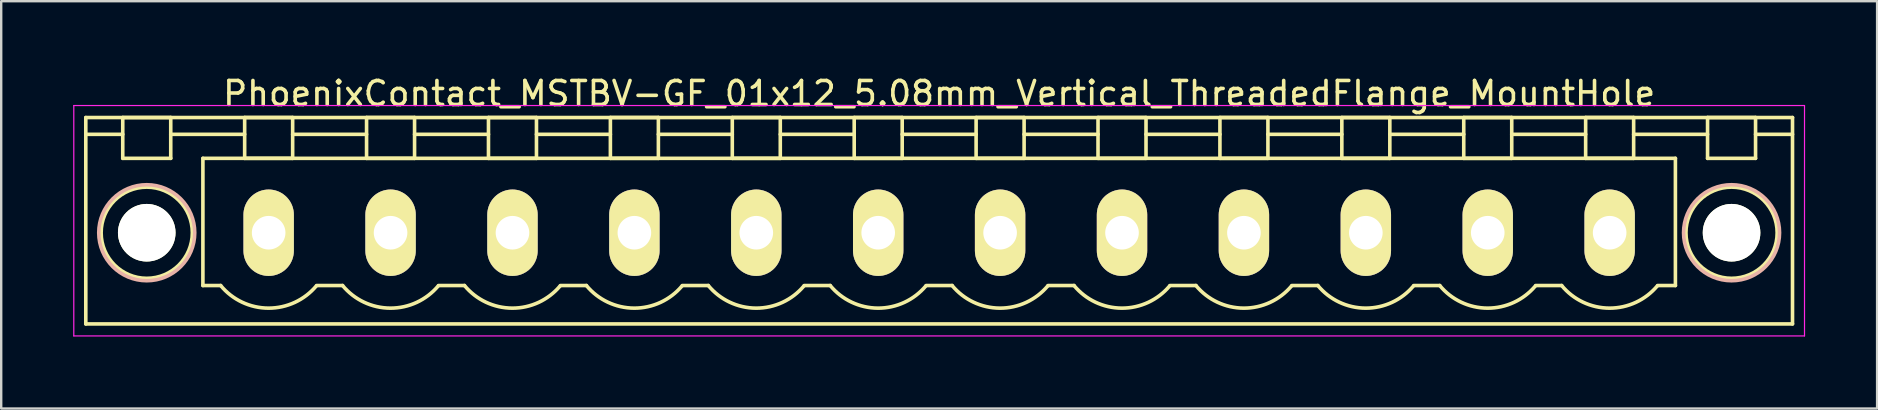
<source format=kicad_pcb>
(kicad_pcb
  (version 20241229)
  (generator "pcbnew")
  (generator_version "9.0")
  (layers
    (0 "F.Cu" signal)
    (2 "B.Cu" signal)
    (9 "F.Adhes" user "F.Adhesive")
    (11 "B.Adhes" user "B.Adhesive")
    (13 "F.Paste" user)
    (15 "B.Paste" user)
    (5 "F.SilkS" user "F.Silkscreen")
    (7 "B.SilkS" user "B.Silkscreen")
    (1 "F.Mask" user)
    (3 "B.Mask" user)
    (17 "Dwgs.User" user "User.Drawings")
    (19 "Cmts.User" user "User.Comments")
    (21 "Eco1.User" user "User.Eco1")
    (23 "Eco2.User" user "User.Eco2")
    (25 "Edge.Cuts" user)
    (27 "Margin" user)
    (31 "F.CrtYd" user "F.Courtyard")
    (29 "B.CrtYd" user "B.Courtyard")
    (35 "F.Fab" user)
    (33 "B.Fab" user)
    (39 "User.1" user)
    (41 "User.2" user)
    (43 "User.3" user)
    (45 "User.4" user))
  (footprint "PhoenixContact_MSTBV-GF_01x12_5.08mm_Vertical_ThreadedFlange_MountHole"
    (layer "F.Cu")
    (at 8.145 6.648)
    (property "Reference" "PhoenixContact_MSTBV-GF_01x12_5.08mm_Vertical_ThreadedFlange_MountHole" (at 27.94 -5.8 0) (layer "F.SilkS") (effects (font (size 1 1) (thickness 0.15))))
    (attr through_hole)
    (fp_line (start -7.62 -4.8) (end -7.62 3.8) (stroke (width 0.15) (type solid)) (layer "F.SilkS"))
    (fp_line (start -7.62 -4.1) (end -6.08 -4.1) (stroke (width 0.15) (type solid)) (layer "F.SilkS"))
    (fp_line (start -7.62 3.8) (end 63.5 3.8) (stroke (width 0.15) (type solid)) (layer "F.SilkS"))
    (fp_line (start -6.08 -4.8) (end -4.08 -4.8) (stroke (width 0.15) (type solid)) (layer "F.SilkS"))
    (fp_line (start -6.08 -3.1) (end -6.08 -4.8) (stroke (width 0.15) (type solid)) (layer "F.SilkS"))
    (fp_line (start -4.08 -4.8) (end -4.08 -3.1) (stroke (width 0.15) (type solid)) (layer "F.SilkS"))
    (fp_line (start -4.08 -4.1) (end -1 -4.1) (stroke (width 0.15) (type solid)) (layer "F.SilkS"))
    (fp_line (start -4.08 -3.1) (end -6.08 -3.1) (stroke (width 0.15) (type solid)) (layer "F.SilkS"))
    (fp_line (start -2.74 -3.1) (end 58.62 -3.1) (stroke (width 0.15) (type solid)) (layer "F.SilkS"))
    (fp_line (start -2.74 2.2) (end -2.74 -3.1) (stroke (width 0.15) (type solid)) (layer "F.SilkS"))
    (fp_line (start -2 2.2) (end -2.74 2.2) (stroke (width 0.15) (type solid)) (layer "F.SilkS"))
    (fp_line (start -1 -4.8) (end 1 -4.8) (stroke (width 0.15) (type solid)) (layer "F.SilkS"))
    (fp_line (start -1 -3.1) (end -1 -4.8) (stroke (width 0.15) (type solid)) (layer "F.SilkS"))
    (fp_line (start 1 -4.8) (end 1 -3.1) (stroke (width 0.15) (type solid)) (layer "F.SilkS"))
    (fp_line (start 1 -4.1) (end 4.08 -4.1) (stroke (width 0.15) (type solid)) (layer "F.SilkS"))
    (fp_line (start 1 -3.1) (end -1 -3.1) (stroke (width 0.15) (type solid)) (layer "F.SilkS"))
    (fp_line (start 2 2.2) (end 3.08 2.2) (stroke (width 0.15) (type solid)) (layer "F.SilkS"))
    (fp_line (start 4.08 -4.8) (end 6.08 -4.8) (stroke (width 0.15) (type solid)) (layer "F.SilkS"))
    (fp_line (start 4.08 -3.1) (end 4.08 -4.8) (stroke (width 0.15) (type solid)) (layer "F.SilkS"))
    (fp_line (start 6.08 -4.8) (end 6.08 -3.1) (stroke (width 0.15) (type solid)) (layer "F.SilkS"))
    (fp_line (start 6.08 -4.1) (end 9.16 -4.1) (stroke (width 0.15) (type solid)) (layer "F.SilkS"))
    (fp_line (start 6.08 -3.1) (end 4.08 -3.1) (stroke (width 0.15) (type solid)) (layer "F.SilkS"))
    (fp_line (start 7.08 2.2) (end 8.16 2.2) (stroke (width 0.15) (type solid)) (layer "F.SilkS"))
    (fp_line (start 9.16 -4.8) (end 11.16 -4.8) (stroke (width 0.15) (type solid)) (layer "F.SilkS"))
    (fp_line (start 9.16 -3.1) (end 9.16 -4.8) (stroke (width 0.15) (type solid)) (layer "F.SilkS"))
    (fp_line (start 11.16 -4.8) (end 11.16 -3.1) (stroke (width 0.15) (type solid)) (layer "F.SilkS"))
    (fp_line (start 11.16 -4.1) (end 14.24 -4.1) (stroke (width 0.15) (type solid)) (layer "F.SilkS"))
    (fp_line (start 11.16 -3.1) (end 9.16 -3.1) (stroke (width 0.15) (type solid)) (layer "F.SilkS"))
    (fp_line (start 12.16 2.2) (end 13.24 2.2) (stroke (width 0.15) (type solid)) (layer "F.SilkS"))
    (fp_line (start 14.24 -4.8) (end 16.24 -4.8) (stroke (width 0.15) (type solid)) (layer "F.SilkS"))
    (fp_line (start 14.24 -3.1) (end 14.24 -4.8) (stroke (width 0.15) (type solid)) (layer "F.SilkS"))
    (fp_line (start 16.24 -4.8) (end 16.24 -3.1) (stroke (width 0.15) (type solid)) (layer "F.SilkS"))
    (fp_line (start 16.24 -4.1) (end 19.32 -4.1) (stroke (width 0.15) (type solid)) (layer "F.SilkS"))
    (fp_line (start 16.24 -3.1) (end 14.24 -3.1) (stroke (width 0.15) (type solid)) (layer "F.SilkS"))
    (fp_line (start 17.24 2.2) (end 18.32 2.2) (stroke (width 0.15) (type solid)) (layer "F.SilkS"))
    (fp_line (start 19.32 -4.8) (end 21.32 -4.8) (stroke (width 0.15) (type solid)) (layer "F.SilkS"))
    (fp_line (start 19.32 -3.1) (end 19.32 -4.8) (stroke (width 0.15) (type solid)) (layer "F.SilkS"))
    (fp_line (start 21.32 -4.8) (end 21.32 -3.1) (stroke (width 0.15) (type solid)) (layer "F.SilkS"))
    (fp_line (start 21.32 -4.1) (end 24.4 -4.1) (stroke (width 0.15) (type solid)) (layer "F.SilkS"))
    (fp_line (start 21.32 -3.1) (end 19.32 -3.1) (stroke (width 0.15) (type solid)) (layer "F.SilkS"))
    (fp_line (start 22.32 2.2) (end 23.4 2.2) (stroke (width 0.15) (type solid)) (layer "F.SilkS"))
    (fp_line (start 24.4 -4.8) (end 26.4 -4.8) (stroke (width 0.15) (type solid)) (layer "F.SilkS"))
    (fp_line (start 24.4 -3.1) (end 24.4 -4.8) (stroke (width 0.15) (type solid)) (layer "F.SilkS"))
    (fp_line (start 26.4 -4.8) (end 26.4 -3.1) (stroke (width 0.15) (type solid)) (layer "F.SilkS"))
    (fp_line (start 26.4 -4.1) (end 29.48 -4.1) (stroke (width 0.15) (type solid)) (layer "F.SilkS"))
    (fp_line (start 26.4 -3.1) (end 24.4 -3.1) (stroke (width 0.15) (type solid)) (layer "F.SilkS"))
    (fp_line (start 27.4 2.2) (end 28.48 2.2) (stroke (width 0.15) (type solid)) (layer "F.SilkS"))
    (fp_line (start 29.48 -4.8) (end 31.48 -4.8) (stroke (width 0.15) (type solid)) (layer "F.SilkS"))
    (fp_line (start 29.48 -3.1) (end 29.48 -4.8) (stroke (width 0.15) (type solid)) (layer "F.SilkS"))
    (fp_line (start 31.48 -4.8) (end 31.48 -3.1) (stroke (width 0.15) (type solid)) (layer "F.SilkS"))
    (fp_line (start 31.48 -4.1) (end 34.56 -4.1) (stroke (width 0.15) (type solid)) (layer "F.SilkS"))
    (fp_line (start 31.48 -3.1) (end 29.48 -3.1) (stroke (width 0.15) (type solid)) (layer "F.SilkS"))
    (fp_line (start 32.48 2.2) (end 33.56 2.2) (stroke (width 0.15) (type solid)) (layer "F.SilkS"))
    (fp_line (start 34.56 -4.8) (end 36.56 -4.8) (stroke (width 0.15) (type solid)) (layer "F.SilkS"))
    (fp_line (start 34.56 -3.1) (end 34.56 -4.8) (stroke (width 0.15) (type solid)) (layer "F.SilkS"))
    (fp_line (start 36.56 -4.8) (end 36.56 -3.1) (stroke (width 0.15) (type solid)) (layer "F.SilkS"))
    (fp_line (start 36.56 -4.1) (end 39.64 -4.1) (stroke (width 0.15) (type solid)) (layer "F.SilkS"))
    (fp_line (start 36.56 -3.1) (end 34.56 -3.1) (stroke (width 0.15) (type solid)) (layer "F.SilkS"))
    (fp_line (start 37.56 2.2) (end 38.64 2.2) (stroke (width 0.15) (type solid)) (layer "F.SilkS"))
    (fp_line (start 39.64 -4.8) (end 41.64 -4.8) (stroke (width 0.15) (type solid)) (layer "F.SilkS"))
    (fp_line (start 39.64 -3.1) (end 39.64 -4.8) (stroke (width 0.15) (type solid)) (layer "F.SilkS"))
    (fp_line (start 41.64 -4.8) (end 41.64 -3.1) (stroke (width 0.15) (type solid)) (layer "F.SilkS"))
    (fp_line (start 41.64 -4.1) (end 44.72 -4.1) (stroke (width 0.15) (type solid)) (layer "F.SilkS"))
    (fp_line (start 41.64 -3.1) (end 39.64 -3.1) (stroke (width 0.15) (type solid)) (layer "F.SilkS"))
    (fp_line (start 42.64 2.2) (end 43.72 2.2) (stroke (width 0.15) (type solid)) (layer "F.SilkS"))
    (fp_line (start 44.72 -4.8) (end 46.72 -4.8) (stroke (width 0.15) (type solid)) (layer "F.SilkS"))
    (fp_line (start 44.72 -3.1) (end 44.72 -4.8) (stroke (width 0.15) (type solid)) (layer "F.SilkS"))
    (fp_line (start 46.72 -4.8) (end 46.72 -3.1) (stroke (width 0.15) (type solid)) (layer "F.SilkS"))
    (fp_line (start 46.72 -4.1) (end 49.8 -4.1) (stroke (width 0.15) (type solid)) (layer "F.SilkS"))
    (fp_line (start 46.72 -3.1) (end 44.72 -3.1) (stroke (width 0.15) (type solid)) (layer "F.SilkS"))
    (fp_line (start 47.72 2.2) (end 48.8 2.2) (stroke (width 0.15) (type solid)) (layer "F.SilkS"))
    (fp_line (start 49.8 -4.8) (end 51.8 -4.8) (stroke (width 0.15) (type solid)) (layer "F.SilkS"))
    (fp_line (start 49.8 -3.1) (end 49.8 -4.8) (stroke (width 0.15) (type solid)) (layer "F.SilkS"))
    (fp_line (start 51.8 -4.8) (end 51.8 -3.1) (stroke (width 0.15) (type solid)) (layer "F.SilkS"))
    (fp_line (start 51.8 -4.1) (end 54.88 -4.1) (stroke (width 0.15) (type solid)) (layer "F.SilkS"))
    (fp_line (start 51.8 -3.1) (end 49.8 -3.1) (stroke (width 0.15) (type solid)) (layer "F.SilkS"))
    (fp_line (start 52.8 2.2) (end 53.88 2.2) (stroke (width 0.15) (type solid)) (layer "F.SilkS"))
    (fp_line (start 54.88 -4.8) (end 56.88 -4.8) (stroke (width 0.15) (type solid)) (layer "F.SilkS"))
    (fp_line (start 54.88 -3.1) (end 54.88 -4.8) (stroke (width 0.15) (type solid)) (layer "F.SilkS"))
    (fp_line (start 56.88 -4.8) (end 56.88 -3.1) (stroke (width 0.15) (type solid)) (layer "F.SilkS"))
    (fp_line (start 56.88 -4.1) (end 59.96 -4.1) (stroke (width 0.15) (type solid)) (layer "F.SilkS"))
    (fp_line (start 56.88 -3.1) (end 54.88 -3.1) (stroke (width 0.15) (type solid)) (layer "F.SilkS"))
    (fp_line (start 58.62 -3.1) (end 58.62 2.2) (stroke (width 0.15) (type solid)) (layer "F.SilkS"))
    (fp_line (start 58.62 2.2) (end 57.88 2.2) (stroke (width 0.15) (type solid)) (layer "F.SilkS"))
    (fp_line (start 59.96 -4.8) (end 61.96 -4.8) (stroke (width 0.15) (type solid)) (layer "F.SilkS"))
    (fp_line (start 59.96 -3.1) (end 59.96 -4.8) (stroke (width 0.15) (type solid)) (layer "F.SilkS"))
    (fp_line (start 61.96 -4.8) (end 61.96 -3.1) (stroke (width 0.15) (type solid)) (layer "F.SilkS"))
    (fp_line (start 61.96 -3.1) (end 59.96 -3.1) (stroke (width 0.15) (type solid)) (layer "F.SilkS"))
    (fp_line (start 63.5 -4.8) (end -7.62 -4.8) (stroke (width 0.15) (type solid)) (layer "F.SilkS"))
    (fp_line (start 63.5 -4.1) (end 61.96 -4.1) (stroke (width 0.15) (type solid)) (layer "F.SilkS"))
    (fp_line (start 63.5 3.8) (end 63.5 -4.8) (stroke (width 0.15) (type solid)) (layer "F.SilkS"))
    (fp_arc (start 1.986842 2.215821) (mid -0.010289 3.142758) (end -2 2.2) (stroke (width 0.15) (type solid)) (layer "F.SilkS"))
    (fp_arc (start 7.066842 2.215821) (mid 5.069711 3.142758) (end 3.08 2.2) (stroke (width 0.15) (type solid)) (layer "F.SilkS"))
    (fp_arc (start 12.146842 2.215821) (mid 10.149711 3.142758) (end 8.16 2.2) (stroke (width 0.15) (type solid)) (layer "F.SilkS"))
    (fp_arc (start 17.226842 2.215821) (mid 15.229711 3.142758) (end 13.24 2.2) (stroke (width 0.15) (type solid)) (layer "F.SilkS"))
    (fp_arc (start 22.306842 2.215821) (mid 20.309711 3.142758) (end 18.32 2.2) (stroke (width 0.15) (type solid)) (layer "F.SilkS"))
    (fp_arc (start 27.386842 2.215821) (mid 25.389711 3.142758) (end 23.4 2.2) (stroke (width 0.15) (type solid)) (layer "F.SilkS"))
    (fp_arc (start 32.466842 2.215821) (mid 30.469711 3.142758) (end 28.48 2.2) (stroke (width 0.15) (type solid)) (layer "F.SilkS"))
    (fp_arc (start 37.546842 2.215821) (mid 35.549711 3.142758) (end 33.56 2.2) (stroke (width 0.15) (type solid)) (layer "F.SilkS"))
    (fp_arc (start 42.626842 2.215821) (mid 40.629711 3.142758) (end 38.64 2.2) (stroke (width 0.15) (type solid)) (layer "F.SilkS"))
    (fp_arc (start 47.706842 2.215821) (mid 45.709711 3.142758) (end 43.72 2.2) (stroke (width 0.15) (type solid)) (layer "F.SilkS"))
    (fp_arc (start 52.786842 2.215821) (mid 50.789711 3.142758) (end 48.8 2.2) (stroke (width 0.15) (type solid)) (layer "F.SilkS"))
    (fp_arc (start 57.866842 2.215821) (mid 55.869711 3.142758) (end 53.88 2.2) (stroke (width 0.15) (type solid)) (layer "F.SilkS"))
    (fp_circle (center -5.08 0) (end -4.08 0) (stroke (width 0.15) (type solid)) (fill no) (layer "F.SilkS"))
    (fp_circle (center -5.08 0) (end -3.18 0) (stroke (width 0.15) (type solid)) (fill no) (layer "F.SilkS"))
    (fp_circle (center 60.96 0) (end 61.96 0) (stroke (width 0.15) (type solid)) (fill no) (layer "F.SilkS"))
    (fp_circle (center 60.96 0) (end 62.86 0) (stroke (width 0.15) (type solid)) (fill no) (layer "F.SilkS"))
    (fp_circle (center -5.08 0) (end -3.08 0) (stroke (width 0.15) (type solid)) (fill no) (layer "B.SilkS"))
    (fp_circle (center 60.96 0) (end 62.96 0) (stroke (width 0.15) (type solid)) (fill no) (layer "B.SilkS"))
    (fp_line (start -8.12 -5.3) (end -8.12 4.3) (stroke (width 0.05) (type solid)) (layer "F.CrtYd"))
    (fp_line (start -8.12 4.3) (end 64 4.3) (stroke (width 0.05) (type solid)) (layer "F.CrtYd"))
    (fp_line (start 64 -5.3) (end -8.12 -5.3) (stroke (width 0.05) (type solid)) (layer "F.CrtYd"))
    (fp_line (start 64 4.3) (end 64 -5.3) (stroke (width 0.05) (type solid)) (layer "F.CrtYd"))
    (pad "" np_thru_hole circle (at -5.08 0) (size 2.4 2.4) (drill 2.4) (layers "*.Cu" "*.Mask" "F.SilkS"))
    (pad "" np_thru_hole circle (at 60.96 0) (size 2.4 2.4) (drill 2.4) (layers "*.Cu" "*.Mask" "F.SilkS"))
    (pad "1" thru_hole oval (at 0 0) (size 2.1 3.6) (drill 1.4) (layers "*.Cu" "*.Mask" "F.SilkS"))
    (pad "2" thru_hole oval (at 5.08 0) (size 2.1 3.6) (drill 1.4) (layers "*.Cu" "*.Mask" "F.SilkS"))
    (pad "3" thru_hole oval (at 10.16 0) (size 2.1 3.6) (drill 1.4) (layers "*.Cu" "*.Mask" "F.SilkS"))
    (pad "4" thru_hole oval (at 15.24 0) (size 2.1 3.6) (drill 1.4) (layers "*.Cu" "*.Mask" "F.SilkS"))
    (pad "5" thru_hole oval (at 20.32 0) (size 2.1 3.6) (drill 1.4) (layers "*.Cu" "*.Mask" "F.SilkS"))
    (pad "6" thru_hole oval (at 25.4 0) (size 2.1 3.6) (drill 1.4) (layers "*.Cu" "*.Mask" "F.SilkS"))
    (pad "7" thru_hole oval (at 30.48 0) (size 2.1 3.6) (drill 1.4) (layers "*.Cu" "*.Mask" "F.SilkS"))
    (pad "8" thru_hole oval (at 35.56 0) (size 2.1 3.6) (drill 1.4) (layers "*.Cu" "*.Mask" "F.SilkS"))
    (pad "9" thru_hole oval (at 40.64 0) (size 2.1 3.6) (drill 1.4) (layers "*.Cu" "*.Mask" "F.SilkS"))
    (pad "10" thru_hole oval (at 45.72 0) (size 2.1 3.6) (drill 1.4) (layers "*.Cu" "*.Mask" "F.SilkS"))
    (pad "11" thru_hole oval (at 50.8 0) (size 2.1 3.6) (drill 1.4) (layers "*.Cu" "*.Mask" "F.SilkS"))
    (pad "12" thru_hole oval (at 55.88 0) (size 2.1 3.6) (drill 1.4) (layers "*.Cu" "*.Mask" "F.SilkS")))
  (gr_rect
    (start -3 -3)
    (end 75.17 13.973)
    (stroke (width 0.1) (type default))
    (fill no)
    (layer "Edge.Cuts")))
</source>
